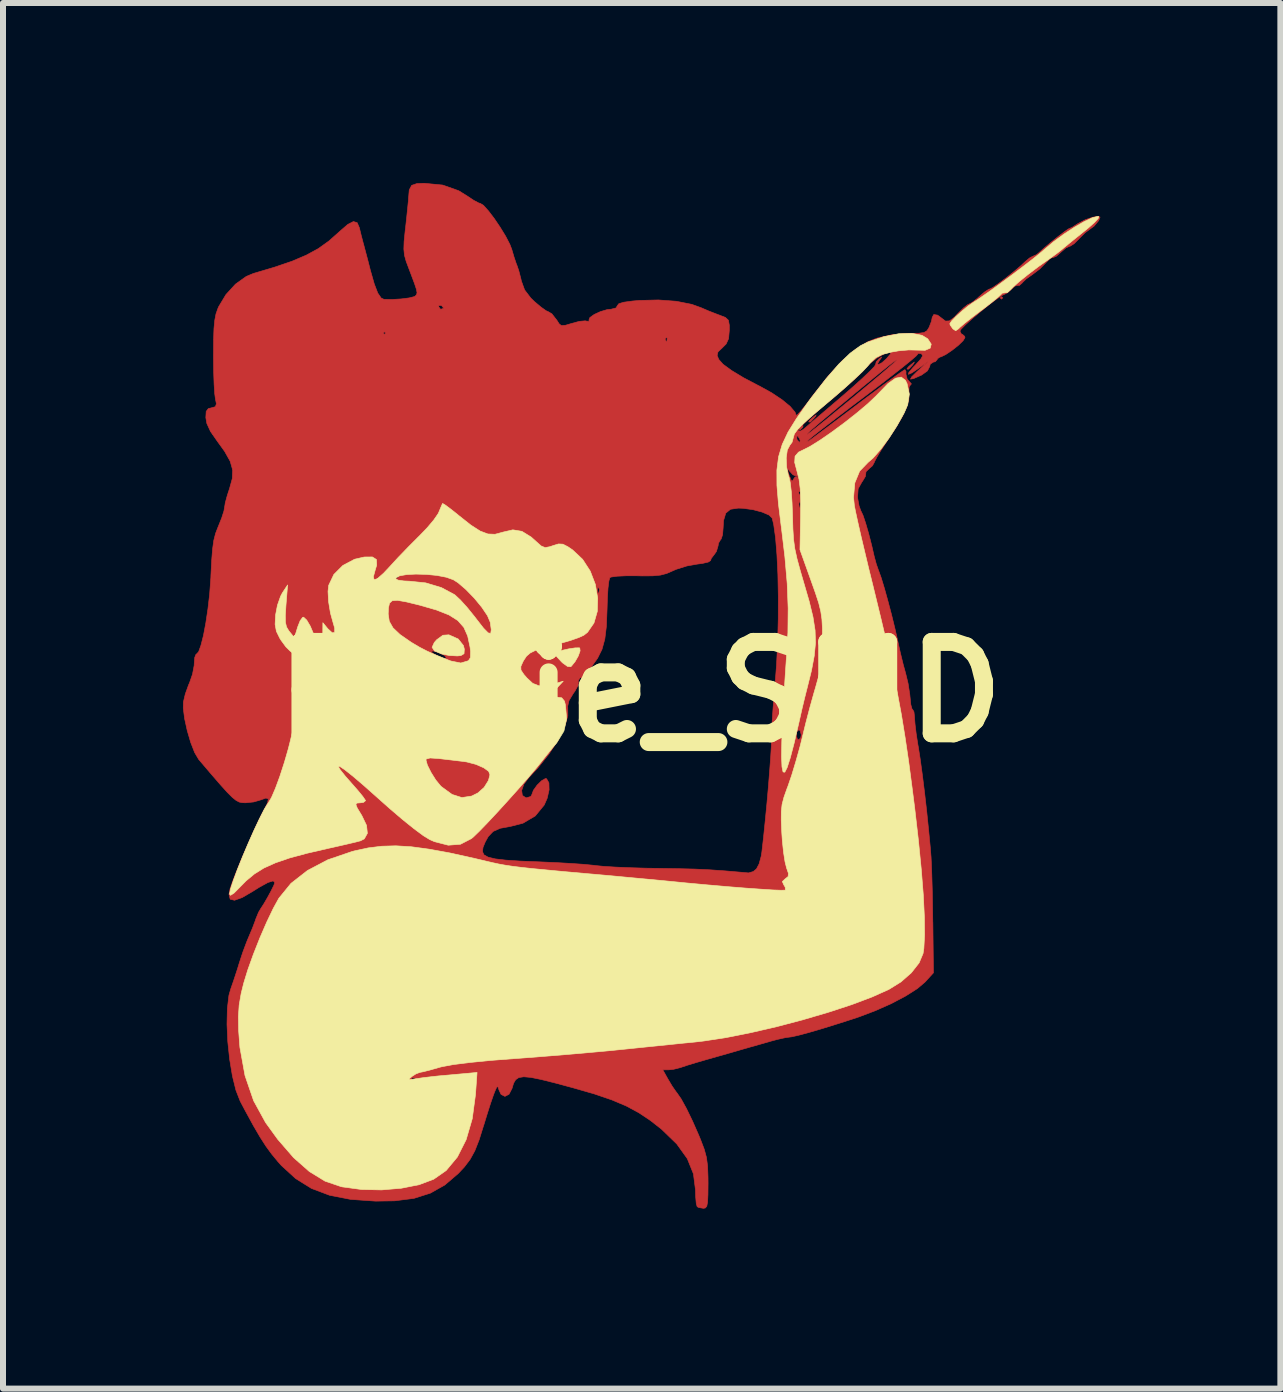
<source format=kicad_pcb>
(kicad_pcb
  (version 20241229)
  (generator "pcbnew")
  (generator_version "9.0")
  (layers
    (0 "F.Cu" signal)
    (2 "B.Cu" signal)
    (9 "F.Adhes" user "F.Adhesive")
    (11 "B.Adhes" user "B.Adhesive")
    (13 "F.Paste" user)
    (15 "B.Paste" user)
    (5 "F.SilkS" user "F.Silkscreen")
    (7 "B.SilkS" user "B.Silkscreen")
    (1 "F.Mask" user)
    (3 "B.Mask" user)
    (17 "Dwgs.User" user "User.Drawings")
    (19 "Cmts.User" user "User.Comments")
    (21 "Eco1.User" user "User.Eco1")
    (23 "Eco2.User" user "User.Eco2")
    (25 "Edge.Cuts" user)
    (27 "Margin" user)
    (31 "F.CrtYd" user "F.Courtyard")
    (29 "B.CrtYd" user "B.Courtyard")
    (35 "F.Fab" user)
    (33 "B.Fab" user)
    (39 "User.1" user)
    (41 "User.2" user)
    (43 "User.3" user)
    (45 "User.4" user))
  (footprint "Rosie_SMD"
    (layer "F.Cu")
    (at 7.619 8.485)
    (property "Reference" "Rosie_SMD" (at 0 0 0) (layer "F.SilkS") (effects (font (size 1.524 1.524) (thickness 0.3))))
    (attr through_hole)
    (fp_poly (pts (xy 6.046 -6.57) (xy 6.025 -6.549) (xy 6.004 -6.57) (xy 6.025 -6.591) (xy 6.046 -6.57)) (stroke (width 0.01) (type solid)) (fill yes) (layer "F.Cu"))
    (fp_poly (pts (xy 2.716 -4.423) (xy 2.708 -4.408) (xy 2.668 -4.368) (xy 2.661 -4.366) (xy 2.658 -4.393) (xy 2.666 -4.408) (xy 2.706 -4.448) (xy 2.713 -4.45) (xy 2.716 -4.423)) (stroke (width 0.01) (type solid)) (fill yes) (layer "F.Cu"))
    (fp_poly (pts (xy 2.926 -4.596) (xy 2.902 -4.566) (xy 2.841 -4.5) (xy 2.814 -4.501) (xy 2.813 -4.508) (xy 2.842 -4.543) (xy 2.886 -4.582) (xy 2.936 -4.618) (xy 2.926 -4.596)) (stroke (width 0.01) (type solid)) (fill yes) (layer "F.Cu"))
    (fp_poly (pts (xy 4.563 -5.478) (xy 4.54 -5.447) (xy 4.478 -5.382) (xy 4.451 -5.382) (xy 4.45 -5.39) (xy 4.479 -5.425) (xy 4.524 -5.463) (xy 4.573 -5.5) (xy 4.563 -5.478)) (stroke (width 0.01) (type solid)) (fill yes) (layer "F.Cu"))
    (fp_poly (pts (xy -3.288 -8.45) (xy -3.023 -8.356) (xy -2.878 -8.266) (xy -2.771 -8.195) (xy -2.688 -8.151) (xy -2.663 -8.145) (xy -2.609 -8.111) (xy -2.528 -8.021) (xy -2.431 -7.894) (xy -2.331 -7.746) (xy -2.24 -7.597) (xy -2.171 -7.464) (xy -2.139 -7.381) (xy -2.1 -7.249) (xy -2.063 -7.139) (xy -2.053 -7.116) (xy -2.021 -7.022) (xy -1.987 -6.892) (xy -1.978 -6.851) (xy -1.924 -6.702) (xy -1.821 -6.567) (xy -1.757 -6.505) (xy -1.651 -6.416) (xy -1.567 -6.356) (xy -1.531 -6.34) (xy -1.47 -6.304) (xy -1.385 -6.195) (xy -1.349 -6.138) (xy -1.312 -6.108) (xy -1.243 -6.113) (xy -1.135 -6.145) (xy -1.012 -6.178) (xy -0.914 -6.187) (xy -0.891 -6.182) (xy -0.848 -6.179) (xy -0.852 -6.2) (xy -0.836 -6.242) (xy -0.764 -6.293) (xy -0.66 -6.341) (xy -0.548 -6.374) (xy -0.481 -6.381) (xy -0.4 -6.402) (xy -0.378 -6.44) (xy -0.354 -6.472) (xy -0.273 -6.497) (xy -0.126 -6.517) (xy -0.01 -6.527) (xy 0.305 -6.535) (xy 0.604 -6.513) (xy 0.862 -6.462) (xy 1.017 -6.406) (xy 1.152 -6.348) (xy 1.302 -6.29) (xy 1.322 -6.283) (xy 1.424 -6.243) (xy 1.473 -6.197) (xy 1.488 -6.116) (xy 1.488 -6.027) (xy 1.476 -5.89) (xy 1.435 -5.801) (xy 1.372 -5.738) (xy 1.299 -5.669) (xy 1.285 -5.611) (xy 1.312 -5.544) (xy 1.384 -5.463) (xy 1.526 -5.359) (xy 1.728 -5.237) (xy 1.981 -5.104) (xy 1.994 -5.098) (xy 2.193 -4.988) (xy 2.367 -4.872) (xy 2.502 -4.761) (xy 2.584 -4.664) (xy 2.603 -4.611) (xy 2.626 -4.624) (xy 2.688 -4.693) (xy 2.78 -4.807) (xy 2.878 -4.938) (xy 3.137 -5.267) (xy 3.373 -5.524) (xy 3.593 -5.713) (xy 3.805 -5.842) (xy 3.948 -5.898) (xy 4.2 -5.955) (xy 4.459 -5.979) (xy 4.494 -5.979) (xy 4.645 -5.98) (xy 4.734 -5.992) (xy 4.784 -6.023) (xy 4.818 -6.078) (xy 4.82 -6.082) (xy 4.858 -6.18) (xy 4.87 -6.243) (xy 4.896 -6.292) (xy 4.96 -6.282) (xy 5.023 -6.235) (xy 5.091 -6.183) (xy 5.157 -6.186) (xy 5.239 -6.247) (xy 5.308 -6.319) (xy 5.395 -6.405) (xy 5.463 -6.458) (xy 5.482 -6.466) (xy 5.534 -6.492) (xy 5.619 -6.559) (xy 5.655 -6.592) (xy 5.745 -6.669) (xy 5.813 -6.713) (xy 5.828 -6.717) (xy 5.879 -6.742) (xy 5.975 -6.808) (xy 6.097 -6.9) (xy 6.227 -7.003) (xy 6.346 -7.104) (xy 6.415 -7.169) (xy 6.492 -7.234) (xy 6.547 -7.263) (xy 6.548 -7.263) (xy 6.607 -7.289) (xy 6.641 -7.316) (xy 6.729 -7.395) (xy 6.842 -7.49) (xy 6.96 -7.585) (xy 7.065 -7.665) (xy 7.136 -7.716) (xy 7.155 -7.725) (xy 7.205 -7.747) (xy 7.289 -7.801) (xy 7.296 -7.806) (xy 7.423 -7.873) (xy 7.55 -7.915) (xy 7.642 -7.93) (xy 7.668 -7.915) (xy 7.646 -7.86) (xy 7.644 -7.856) (xy 7.568 -7.765) (xy 7.507 -7.721) (xy 7.418 -7.655) (xy 7.323 -7.561) (xy 7.315 -7.552) (xy 7.236 -7.473) (xy 7.171 -7.432) (xy 7.162 -7.431) (xy 7.1 -7.403) (xy 7.019 -7.334) (xy 7.012 -7.327) (xy 6.938 -7.263) (xy 6.886 -7.242) (xy 6.883 -7.244) (xy 6.838 -7.228) (xy 6.771 -7.163) (xy 6.761 -7.151) (xy 6.66 -7.049) (xy 6.54 -6.958) (xy 6.537 -6.956) (xy 6.439 -6.887) (xy 6.373 -6.824) (xy 6.368 -6.816) (xy 6.322 -6.776) (xy 6.301 -6.778) (xy 6.251 -6.767) (xy 6.192 -6.716) (xy 6.124 -6.654) (xy 6.082 -6.633) (xy 6.028 -6.608) (xy 5.931 -6.541) (xy 5.805 -6.445) (xy 5.668 -6.334) (xy 5.536 -6.222) (xy 5.425 -6.122) (xy 5.352 -6.048) (xy 5.332 -6.017) (xy 5.357 -5.966) (xy 5.374 -5.962) (xy 5.412 -5.928) (xy 5.416 -5.906) (xy 5.384 -5.854) (xy 5.304 -5.777) (xy 5.2 -5.695) (xy 5.096 -5.625) (xy 5.016 -5.586) (xy 5 -5.584) (xy 4.956 -5.554) (xy 4.954 -5.542) (xy 4.92 -5.505) (xy 4.891 -5.5) (xy 4.838 -5.465) (xy 4.828 -5.424) (xy 4.79 -5.352) (xy 4.69 -5.281) (xy 4.68 -5.277) (xy 4.559 -5.224) (xy 4.508 -5.215) (xy 4.527 -5.252) (xy 4.613 -5.337) (xy 4.639 -5.36) (xy 4.807 -5.512) (xy 4.652 -5.401) (xy 4.532 -5.32) (xy 4.474 -5.295) (xy 4.48 -5.325) (xy 4.549 -5.408) (xy 4.592 -5.452) (xy 4.68 -5.55) (xy 4.712 -5.606) (xy 4.692 -5.636) (xy 4.685 -5.64) (xy 4.634 -5.645) (xy 4.629 -5.632) (xy 4.6 -5.599) (xy 4.511 -5.522) (xy 4.373 -5.41) (xy 4.193 -5.269) (xy 3.981 -5.105) (xy 3.758 -4.936) (xy 3.518 -4.755) (xy 3.298 -4.587) (xy 3.108 -4.441) (xy 2.957 -4.324) (xy 2.855 -4.243) (xy 2.813 -4.206) (xy 2.788 -4.18) (xy 2.778 -4.166) (xy 2.79 -4.17) (xy 2.829 -4.196) (xy 2.902 -4.25) (xy 3.017 -4.336) (xy 3.18 -4.458) (xy 3.397 -4.622) (xy 3.633 -4.801) (xy 3.852 -4.965) (xy 4.048 -5.112) (xy 4.212 -5.232) (xy 4.334 -5.32) (xy 4.404 -5.367) (xy 4.417 -5.374) (xy 4.434 -5.34) (xy 4.432 -5.3) (xy 4.453 -5.216) (xy 4.488 -5.176) (xy 4.524 -5.135) (xy 4.511 -5.123) (xy 4.485 -5.086) (xy 4.482 -4.993) (xy 4.484 -4.981) (xy 4.48 -4.871) (xy 4.441 -4.74) (xy 4.363 -4.576) (xy 4.239 -4.368) (xy 4.108 -4.169) (xy 4.016 -4.028) (xy 3.946 -3.911) (xy 3.908 -3.838) (xy 3.904 -3.825) (xy 3.874 -3.771) (xy 3.821 -3.725) (xy 3.766 -3.671) (xy 3.763 -3.641) (xy 3.757 -3.594) (xy 3.709 -3.514) (xy 3.699 -3.501) (xy 3.636 -3.388) (xy 3.626 -3.254) (xy 3.629 -3.222) (xy 3.651 -3.103) (xy 3.681 -3.019) (xy 3.687 -3.008) (xy 3.718 -2.942) (xy 3.761 -2.813) (xy 3.811 -2.64) (xy 3.862 -2.441) (xy 3.902 -2.267) (xy 3.938 -2.133) (xy 3.979 -2.016) (xy 3.98 -2.015) (xy 4.02 -1.904) (xy 4.072 -1.733) (xy 4.131 -1.521) (xy 4.192 -1.29) (xy 4.248 -1.062) (xy 4.295 -0.856) (xy 4.298 -0.84) (xy 4.34 -0.65) (xy 4.387 -0.458) (xy 4.427 -0.313) (xy 4.468 -0.143) (xy 4.496 0.037) (xy 4.502 0.096) (xy 4.514 0.212) (xy 4.534 0.283) (xy 4.545 0.294) (xy 4.566 0.331) (xy 4.576 0.42) (xy 4.576 0.43) (xy 4.584 0.535) (xy 4.603 0.693) (xy 4.631 0.875) (xy 4.64 0.924) (xy 4.67 1.117) (xy 4.705 1.373) (xy 4.742 1.669) (xy 4.778 1.984) (xy 4.81 2.297) (xy 4.838 2.587) (xy 4.851 2.75) (xy 4.857 2.872) (xy 4.864 3.059) (xy 4.871 3.295) (xy 4.876 3.56) (xy 4.88 3.836) (xy 4.881 3.841) (xy 4.891 4.681) (xy 4.752 4.834) (xy 4.623 4.944) (xy 4.431 5.066) (xy 4.193 5.192) (xy 3.926 5.311) (xy 3.649 5.416) (xy 3.611 5.429) (xy 3.317 5.524) (xy 3.05 5.607) (xy 2.822 5.674) (xy 2.644 5.722) (xy 2.528 5.748) (xy 2.496 5.752) (xy 2.416 5.763) (xy 2.288 5.792) (xy 2.187 5.819) (xy 2.013 5.869) (xy 1.811 5.926) (xy 1.679 5.964) (xy 1.493 6.018) (xy 1.275 6.08) (xy 1.092 6.132) (xy 0.927 6.18) (xy 0.782 6.224) (xy 0.687 6.256) (xy 0.68 6.259) (xy 0.558 6.29) (xy 0.482 6.298) (xy 0.379 6.298) (xy 0.467 6.455) (xy 0.536 6.571) (xy 0.6 6.663) (xy 0.613 6.679) (xy 0.684 6.781) (xy 0.775 6.946) (xy 0.877 7.157) (xy 0.982 7.396) (xy 1.01 7.464) (xy 1.07 7.622) (xy 1.107 7.758) (xy 1.126 7.902) (xy 1.133 8.085) (xy 1.134 8.188) (xy 1.132 8.379) (xy 1.126 8.502) (xy 1.113 8.571) (xy 1.089 8.601) (xy 1.057 8.607) (xy 0.977 8.593) (xy 0.952 8.579) (xy 0.937 8.525) (xy 0.927 8.413) (xy 0.924 8.298) (xy 0.89 8.032) (xy 0.788 7.779) (xy 0.612 7.534) (xy 0.359 7.289) (xy 0.173 7.143) (xy -0.02 7.014) (xy -0.228 6.902) (xy -0.469 6.8) (xy -0.759 6.701) (xy -1.113 6.599) (xy -1.414 6.518) (xy -1.646 6.46) (xy -1.817 6.425) (xy -1.938 6.414) (xy -2.021 6.427) (xy -2.073 6.463) (xy -2.108 6.522) (xy -2.133 6.606) (xy -2.133 6.607) (xy -2.184 6.706) (xy -2.252 6.741) (xy -2.317 6.708) (xy -2.351 6.635) (xy -2.368 6.581) (xy -2.388 6.585) (xy -2.42 6.657) (xy -2.444 6.719) (xy -2.491 6.855) (xy -2.548 7.034) (xy -2.604 7.217) (xy -2.606 7.221) (xy -2.682 7.465) (xy -2.754 7.648) (xy -2.833 7.792) (xy -2.93 7.92) (xy -3.031 8.027) (xy -3.254 8.218) (xy -3.495 8.354) (xy -3.769 8.441) (xy -4.091 8.482) (xy -4.408 8.487) (xy -4.824 8.458) (xy -5.176 8.389) (xy -5.478 8.275) (xy -5.741 8.111) (xy -5.98 7.892) (xy -6.036 7.829) (xy -6.139 7.704) (xy -6.235 7.573) (xy -6.334 7.419) (xy -6.445 7.229) (xy -6.577 6.987) (xy -6.665 6.821) (xy -6.736 6.639) (xy -6.786 6.437) (xy -3.807 6.437) (xy -3.801 6.462) (xy -3.779 6.465) (xy -3.744 6.45) (xy -3.751 6.437) (xy -3.8 6.432) (xy -3.807 6.437) (xy -6.786 6.437) (xy -6.795 6.399) (xy -6.841 6.122) (xy -6.872 5.828) (xy -6.885 5.539) (xy -6.879 5.275) (xy -6.853 5.057) (xy -6.824 4.954) (xy -6.772 4.804) (xy -6.713 4.624) (xy -6.679 4.513) (xy -6.622 4.339) (xy -6.556 4.163) (xy -6.518 4.072) (xy -6.461 3.937) (xy -6.415 3.815) (xy -6.403 3.779) (xy -6.359 3.672) (xy -6.323 3.611) (xy -6.274 3.536) (xy -6.211 3.428) (xy -6.149 3.314) (xy -6.103 3.22) (xy -6.088 3.175) (xy -6.116 3.149) (xy -6.204 3.176) (xy -6.352 3.258) (xy -6.45 3.32) (xy -6.633 3.427) (xy -6.76 3.472) (xy -6.832 3.454) (xy -6.852 3.375) (xy -6.835 3.284) (xy -6.795 3.167) (xy -6.728 2.993) (xy -6.643 2.785) (xy -6.589 2.66) (xy -2.627 2.66) (xy -2.602 2.714) (xy -2.533 2.753) (xy -2.414 2.782) (xy -2.235 2.803) (xy -1.988 2.819) (xy -1.666 2.832) (xy -1.647 2.833) (xy -1.397 2.844) (xy -1.152 2.858) (xy -0.936 2.873) (xy -0.773 2.889) (xy -0.735 2.894) (xy -0.603 2.907) (xy -0.407 2.919) (xy -0.167 2.929) (xy 0.096 2.937) (xy 0.303 2.94) (xy 0.634 2.945) (xy 0.911 2.952) (xy 1.163 2.964) (xy 1.419 2.982) (xy 1.71 3.007) (xy 1.809 3.016) (xy 1.888 2.993) (xy 1.941 2.949) (xy 1.985 2.865) (xy 2.02 2.736) (xy 2.031 2.666) (xy 2.059 2.42) (xy 2.087 2.145) (xy 2.115 1.858) (xy 2.14 1.574) (xy 2.161 1.309) (xy 2.178 1.078) (xy 2.189 0.898) (xy 2.192 0.783) (xy 2.192 0.777) (xy 2.193 0.714) (xy 2.603 0.714) (xy 2.621 0.782) (xy 2.645 0.798) (xy 2.679 0.763) (xy 2.687 0.714) (xy 2.669 0.645) (xy 2.645 0.63) (xy 2.611 0.665) (xy 2.603 0.714) (xy 2.193 0.714) (xy 2.194 0.66) (xy 2.203 0.481) (xy 2.218 0.26) (xy 2.238 0.018) (xy 2.247 -0.084) (xy 2.275 -0.443) (xy 2.294 -0.824) (xy 2.304 -1.213) (xy 2.305 -1.595) (xy 2.298 -1.958) (xy 2.282 -2.287) (xy 2.259 -2.57) (xy 2.228 -2.791) (xy 2.202 -2.899) (xy 2.149 -2.95) (xy 2.035 -2.999) (xy 1.884 -3.039) (xy 1.718 -3.062) (xy 1.638 -3.065) (xy 1.508 -3.046) (xy 1.429 -2.981) (xy 1.392 -2.857) (xy 1.385 -2.734) (xy 1.376 -2.621) (xy 1.352 -2.549) (xy 1.343 -2.54) (xy 1.308 -2.481) (xy 1.301 -2.436) (xy 1.273 -2.342) (xy 1.239 -2.294) (xy 1.187 -2.226) (xy 1.176 -2.191) (xy 1.138 -2.166) (xy 1.04 -2.143) (xy 0.955 -2.132) (xy 0.781 -2.101) (xy 0.603 -2.045) (xy 0.546 -2.02) (xy 0.443 -1.975) (xy 0.339 -1.948) (xy 0.21 -1.936) (xy 0.031 -1.935) (xy -0.053 -1.937) (xy -0.232 -1.937) (xy -0.381 -1.93) (xy -0.478 -1.917) (xy -0.503 -1.907) (xy -0.519 -1.851) (xy -0.534 -1.73) (xy -0.544 -1.561) (xy -0.55 -1.37) (xy -0.561 -1.094) (xy -0.587 -0.882) (xy -0.634 -0.711) (xy -0.708 -0.562) (xy -0.814 -0.415) (xy -0.894 -0.312) (xy -0.957 -0.226) (xy -0.987 -0.187) (xy -0.982 -0.206) (xy -0.975 -0.244) (xy -1.002 -0.234) (xy -1.032 -0.183) (xy -1.026 -0.163) (xy -1.034 -0.108) (xy -1.083 -0.017) (xy -1.113 0.025) (xy -1.185 0.145) (xy -1.207 0.241) (xy -1.205 0.254) (xy -1.204 0.4) (xy -1.261 0.588) (xy -1.368 0.804) (xy -1.519 1.035) (xy -1.707 1.27) (xy -1.856 1.429) (xy -1.937 1.537) (xy -1.973 1.642) (xy -1.962 1.724) (xy -1.903 1.763) (xy -1.889 1.763) (xy -1.82 1.741) (xy -1.804 1.711) (xy -1.777 1.638) (xy -1.716 1.553) (xy -1.642 1.48) (xy -1.578 1.443) (xy -1.558 1.446) (xy -1.519 1.515) (xy -1.516 1.632) (xy -1.548 1.772) (xy -1.597 1.884) (xy -1.746 2.066) (xy -1.951 2.187) (xy -2.153 2.239) (xy -2.331 2.272) (xy -2.448 2.324) (xy -2.529 2.408) (xy -2.58 2.499) (xy -2.617 2.589) (xy -2.627 2.66) (xy -6.589 2.66) (xy -6.547 2.562) (xy -6.451 2.344) (xy -6.362 2.151) (xy -6.289 2.005) (xy -6.274 1.978) (xy -6.209 1.849) (xy -6.196 1.781) (xy -6.237 1.768) (xy -6.32 1.798) (xy -6.44 1.833) (xy -6.574 1.847) (xy -6.63 1.845) (xy -6.681 1.835) (xy -6.734 1.807) (xy -6.798 1.755) (xy -6.882 1.671) (xy -6.994 1.547) (xy -7.143 1.375) (xy -7.337 1.147) (xy -7.358 1.122) (xy -7.424 1.01) (xy -7.49 0.841) (xy -7.548 0.643) (xy -7.592 0.443) (xy -7.614 0.268) (xy -7.612 0.168) (xy -7.58 0.033) (xy -7.526 -0.117) (xy -7.511 -0.15) (xy -7.46 -0.296) (xy -7.432 -0.444) (xy -7.431 -0.475) (xy -7.423 -0.575) (xy -7.402 -0.628) (xy -7.396 -0.63) (xy -7.359 -0.669) (xy -7.356 -0.676) (xy -3.485 -0.676) (xy -3.45 -0.641) (xy -3.369 -0.6) (xy -3.284 -0.566) (xy -3.243 -0.55) (xy -3.233 -0.576) (xy -3.233 -0.579) (xy -3.268 -0.614) (xy -3.352 -0.656) (xy -3.359 -0.659) (xy -3.444 -0.683) (xy -3.484 -0.678) (xy -3.485 -0.676) (xy -7.356 -0.676) (xy -7.319 -0.779) (xy -7.277 -0.944) (xy -7.238 -1.151) (xy -7.203 -1.385) (xy -7.174 -1.634) (xy -7.169 -1.704) (xy -0.71 -1.704) (xy -0.703 -1.649) (xy -0.688 -1.649) (xy -0.678 -1.705) (xy -0.685 -1.729) (xy -0.704 -1.745) (xy -0.71 -1.704) (xy -7.169 -1.704) (xy -7.156 -1.883) (xy -7.154 -1.91) (xy -4.072 -1.91) (xy -4.051 -1.889) (xy -4.03 -1.91) (xy -4.051 -1.931) (xy -4.072 -1.91) (xy -7.154 -1.91) (xy -7.153 -1.947) (xy -7.14 -2.199) (xy -7.125 -2.386) (xy -7.105 -2.528) (xy -7.076 -2.642) (xy -7.035 -2.748) (xy -7.028 -2.765) (xy -6.973 -2.902) (xy -6.936 -3.018) (xy -6.927 -3.071) (xy -6.917 -3.131) (xy 2.648 -3.131) (xy 2.656 -3.077) (xy 2.67 -3.076) (xy 2.68 -3.132) (xy 2.674 -3.157) (xy 2.655 -3.173) (xy 2.648 -3.131) (xy -6.917 -3.131) (xy -6.914 -3.153) (xy -6.879 -3.281) (xy -6.867 -3.317) (xy 2.645 -3.317) (xy 2.66 -3.282) (xy 2.673 -3.289) (xy 2.678 -3.339) (xy 2.673 -3.345) (xy 2.648 -3.339) (xy 2.645 -3.317) (xy -6.867 -3.317) (xy -6.843 -3.39) (xy -6.797 -3.557) (xy -6.791 -3.703) (xy -6.793 -3.709) (xy 2.455 -3.709) (xy 2.48 -3.629) (xy 2.486 -3.611) (xy 2.523 -3.524) (xy 2.546 -3.519) (xy 2.552 -3.538) (xy 2.586 -3.587) (xy 2.617 -3.583) (xy 2.645 -3.575) (xy 2.638 -3.586) (xy 2.593 -3.606) (xy 2.587 -3.604) (xy 2.548 -3.622) (xy 2.5 -3.674) (xy 2.461 -3.721) (xy 2.455 -3.709) (xy -6.793 -3.709) (xy -6.832 -3.846) (xy -6.924 -4.01) (xy -7.043 -4.175) (xy -7.073 -4.218) (xy 2.614 -4.218) (xy 2.622 -4.201) (xy 2.662 -4.158) (xy 2.67 -4.188) (xy 2.659 -4.221) (xy 2.629 -4.267) (xy 2.615 -4.266) (xy 2.614 -4.218) (xy -7.073 -4.218) (xy -7.127 -4.296) (xy 2.783 -4.296) (xy 2.795 -4.299) (xy 2.854 -4.342) (xy 2.963 -4.429) (xy 3.126 -4.561) (xy 3.346 -4.742) (xy 3.548 -4.908) (xy 3.801 -5.119) (xy 4.004 -5.289) (xy 4.154 -5.418) (xy 4.248 -5.501) (xy 4.284 -5.538) (xy 4.258 -5.525) (xy 4.219 -5.498) (xy 4.152 -5.446) (xy 4.036 -5.352) (xy 3.883 -5.227) (xy 3.705 -5.081) (xy 3.516 -4.924) (xy 3.326 -4.767) (xy 3.15 -4.619) (xy 2.998 -4.492) (xy 2.884 -4.394) (xy 2.819 -4.337) (xy 2.813 -4.331) (xy 2.783 -4.296) (xy -7.127 -4.296) (xy -7.16 -4.343) (xy -7.166 -4.356) (xy 2.63 -4.356) (xy 2.675 -4.349) (xy 2.723 -4.378) (xy 2.776 -4.423) (xy 2.881 -4.513) (xy 3.027 -4.638) (xy 3.202 -4.787) (xy 3.369 -4.93) (xy 3.552 -5.089) (xy 3.709 -5.231) (xy 3.83 -5.346) (xy 3.905 -5.424) (xy 3.926 -5.457) (xy 3.938 -5.505) (xy 3.978 -5.548) (xy 4.028 -5.584) (xy 4.017 -5.562) (xy 3.994 -5.531) (xy 3.96 -5.473) (xy 3.978 -5.46) (xy 4.033 -5.489) (xy 4.109 -5.557) (xy 4.114 -5.563) (xy 4.172 -5.632) (xy 4.186 -5.667) (xy 4.183 -5.668) (xy 4.075 -5.639) (xy 3.945 -5.566) (xy 3.824 -5.468) (xy 3.773 -5.411) (xy 3.703 -5.335) (xy 3.582 -5.219) (xy 3.423 -5.077) (xy 3.242 -4.92) (xy 3.135 -4.831) (xy 2.96 -4.682) (xy 2.812 -4.551) (xy 2.702 -4.446) (xy 2.64 -4.378) (xy 2.63 -4.356) (xy -7.166 -4.356) (xy -7.221 -4.476) (xy -7.238 -4.574) (xy -7.232 -4.677) (xy -7.196 -4.724) (xy -7.143 -4.737) (xy -7.078 -4.756) (xy -7.062 -4.805) (xy -7.078 -4.884) (xy -7.09 -4.974) (xy -7.1 -5.128) (xy -7.107 -5.327) (xy -7.11 -5.552) (xy -7.11 -5.626) (xy -7.108 -5.877) (xy -7.108 -5.878) (xy 0.42 -5.878) (xy 0.435 -5.843) (xy 0.448 -5.85) (xy 0.453 -5.9) (xy 0.448 -5.906) (xy 0.423 -5.9) (xy 0.42 -5.878) (xy -7.108 -5.878) (xy -7.105 -5.983) (xy -4.282 -5.983) (xy -4.261 -5.962) (xy -4.24 -5.983) (xy -4.261 -6.004) (xy -4.282 -5.983) (xy -7.105 -5.983) (xy -7.102 -6.062) (xy -7.089 -6.197) (xy -7.069 -6.301) (xy -7.038 -6.39) (xy -7.024 -6.423) (xy -7.022 -6.426) (xy -3.359 -6.426) (xy -3.328 -6.383) (xy -3.317 -6.381) (xy -3.276 -6.396) (xy -3.275 -6.4) (xy -3.304 -6.436) (xy -3.317 -6.444) (xy -3.355 -6.441) (xy -3.359 -6.426) (xy -7.022 -6.426) (xy -6.903 -6.624) (xy -6.743 -6.799) (xy -6.564 -6.927) (xy -6.447 -6.976) (xy -6.09 -7.082) (xy -5.8 -7.181) (xy -5.563 -7.282) (xy -5.363 -7.391) (xy -5.187 -7.517) (xy -5.019 -7.666) (xy -5.006 -7.678) (xy -4.872 -7.794) (xy -4.778 -7.842) (xy -4.715 -7.823) (xy -4.678 -7.737) (xy -4.678 -7.735) (xy -4.648 -7.612) (xy -4.612 -7.475) (xy -4.611 -7.473) (xy -4.58 -7.356) (xy -4.537 -7.194) (xy -4.495 -7.029) (xy -4.43 -6.801) (xy -4.372 -6.65) (xy -4.315 -6.567) (xy -4.27 -6.546) (xy -4.132 -6.543) (xy -3.982 -6.552) (xy -3.849 -6.569) (xy -3.762 -6.591) (xy -3.75 -6.598) (xy -3.726 -6.622) (xy -3.717 -6.655) (xy -3.727 -6.711) (xy -3.759 -6.808) (xy -3.816 -6.96) (xy -3.851 -7.052) (xy -3.899 -7.18) (xy -3.927 -7.281) (xy -3.937 -7.383) (xy -3.933 -7.509) (xy -3.915 -7.687) (xy -3.908 -7.744) (xy -3.888 -7.929) (xy -3.872 -8.086) (xy -3.861 -8.195) (xy -3.859 -8.229) (xy -3.847 -8.369) (xy -3.807 -8.445) (xy -3.72 -8.475) (xy -3.599 -8.48) (xy -3.288 -8.45)) (stroke (width 0.01) (type solid)) (fill yes) (layer "F.Cu"))
    (fp_poly (pts (xy 6.704 -7.068) (xy 6.696 -7.053) (xy 6.657 -7.013) (xy 6.649 -7.011) (xy 6.647 -7.038) (xy 6.654 -7.053) (xy 6.694 -7.093) (xy 6.701 -7.095) (xy 6.704 -7.068)) (stroke (width 0.01) (type solid)) (fill yes) (layer "F.Mask"))
    (fp_poly (pts (xy 7.25 -7.488) (xy 7.242 -7.473) (xy 7.203 -7.433) (xy 7.195 -7.431) (xy 7.192 -7.458) (xy 7.2 -7.473) (xy 7.24 -7.513) (xy 7.247 -7.515) (xy 7.25 -7.488)) (stroke (width 0.01) (type solid)) (fill yes) (layer "F.Mask"))
    (fp_poly (pts (xy -6.516 -1.817) (xy -6.441 -1.741) (xy -6.397 -1.643) (xy -6.39 -1.543) (xy -6.426 -1.466) (xy -6.492 -1.436) (xy -6.557 -1.446) (xy -6.61 -1.509) (xy -6.649 -1.594) (xy -6.699 -1.73) (xy -6.711 -1.806) (xy -6.683 -1.84) (xy -6.613 -1.847) (xy -6.516 -1.817)) (stroke (width 0.01) (type solid)) (fill yes) (layer "F.Mask"))
    (fp_poly (pts (xy -2.986 -5.681) (xy -2.891 -5.614) (xy -2.855 -5.527) (xy -2.891 -5.453) (xy -2.981 -5.376) (xy -3.101 -5.309) (xy -3.224 -5.265) (xy -3.327 -5.256) (xy -3.373 -5.276) (xy -3.407 -5.362) (xy -3.385 -5.472) (xy -3.323 -5.582) (xy -3.232 -5.668) (xy -3.128 -5.708) (xy -3.114 -5.708) (xy -2.986 -5.681)) (stroke (width 0.01) (type solid)) (fill yes) (layer "F.Mask"))
    (fp_poly (pts (xy 1.169 -5.916) (xy 1.212 -5.891) (xy 1.212 -5.825) (xy 1.206 -5.783) (xy 1.157 -5.584) (xy 1.09 -5.46) (xy 1.008 -5.414) (xy 0.914 -5.449) (xy 0.867 -5.493) (xy 0.815 -5.596) (xy 0.8 -5.724) (xy 0.825 -5.836) (xy 0.848 -5.869) (xy 0.92 -5.902) (xy 1.036 -5.919) (xy 1.063 -5.92) (xy 1.169 -5.916)) (stroke (width 0.01) (type solid)) (fill yes) (layer "F.Mask"))
    (fp_poly (pts (xy -2.675 -7.921) (xy -2.586 -7.808) (xy -2.565 -7.669) (xy -2.615 -7.519) (xy -2.706 -7.404) (xy -2.824 -7.304) (xy -2.914 -7.269) (xy -2.997 -7.296) (xy -3.049 -7.337) (xy -3.164 -7.466) (xy -3.239 -7.601) (xy -3.262 -7.718) (xy -3.258 -7.739) (xy -3.193 -7.847) (xy -3.076 -7.938) (xy -2.94 -7.991) (xy -2.828 -7.993) (xy -2.675 -7.921)) (stroke (width 0.01) (type solid)) (fill yes) (layer "F.Mask"))
    (fp_poly (pts (xy -0.599 -5.862) (xy -0.521 -5.832) (xy -0.474 -5.744) (xy -0.481 -5.621) (xy -0.537 -5.489) (xy -0.607 -5.4) (xy -0.75 -5.306) (xy -0.903 -5.293) (xy -1.051 -5.36) (xy -1.109 -5.412) (xy -1.191 -5.538) (xy -1.189 -5.662) (xy -1.104 -5.787) (xy -1.103 -5.789) (xy -1.016 -5.833) (xy -0.881 -5.862) (xy -0.732 -5.873) (xy -0.599 -5.862)) (stroke (width 0.01) (type solid)) (fill yes) (layer "F.Mask"))
    (fp_poly (pts (xy -6.226 -3.806) (xy -6.211 -3.798) (xy -6.126 -3.739) (xy -6.093 -3.659) (xy -6.089 -3.578) (xy -6.125 -3.414) (xy -6.215 -3.274) (xy -6.343 -3.184) (xy -6.381 -3.171) (xy -6.461 -3.169) (xy -6.534 -3.214) (xy -6.6 -3.29) (xy -6.674 -3.402) (xy -6.697 -3.504) (xy -6.689 -3.595) (xy -6.636 -3.754) (xy -6.538 -3.843) (xy -6.399 -3.861) (xy -6.226 -3.806)) (stroke (width 0.01) (type solid)) (fill yes) (layer "F.Mask"))
    (fp_poly (pts (xy -4.83 -4.561) (xy -4.656 -4.48) (xy -4.561 -4.399) (xy -4.506 -4.32) (xy -4.499 -4.261) (xy -4.542 -4.239) (xy -4.605 -4.212) (xy -4.701 -4.147) (xy -4.743 -4.113) (xy -4.892 -4.013) (xy -5.017 -3.993) (xy -5.118 -4.052) (xy -5.174 -4.138) (xy -5.231 -4.27) (xy -5.239 -4.359) (xy -5.196 -4.434) (xy -5.143 -4.485) (xy -4.995 -4.563) (xy -4.83 -4.561)) (stroke (width 0.01) (type solid)) (fill yes) (layer "F.Mask"))
    (fp_poly (pts (xy -4.255 -6.143) (xy -4.21 -6.053) (xy -4.198 -5.918) (xy -4.234 -5.781) (xy -4.326 -5.684) (xy -4.456 -5.636) (xy -4.605 -5.643) (xy -4.752 -5.713) (xy -4.755 -5.715) (xy -4.833 -5.786) (xy -4.869 -5.845) (xy -4.869 -5.85) (xy -4.834 -5.9) (xy -4.745 -5.971) (xy -4.627 -6.047) (xy -4.502 -6.115) (xy -4.393 -6.161) (xy -4.34 -6.172) (xy -4.255 -6.143)) (stroke (width 0.01) (type solid)) (fill yes) (layer "F.Mask"))
    (fp_poly (pts (xy -0.314 -6.391) (xy -0.272 -6.351) (xy -0.26 -6.293) (xy -0.278 -6.19) (xy -0.339 -6.077) (xy -0.423 -5.981) (xy -0.51 -5.928) (xy -0.539 -5.925) (xy -0.623 -5.946) (xy -0.735 -5.991) (xy -0.745 -5.996) (xy -0.856 -6.074) (xy -0.884 -6.16) (xy -0.831 -6.247) (xy -0.716 -6.317) (xy -0.575 -6.367) (xy -0.436 -6.395) (xy -0.412 -6.397) (xy -0.314 -6.391)) (stroke (width 0.01) (type solid)) (fill yes) (layer "F.Mask"))
    (fp_poly (pts (xy -6.172 -3.024) (xy -6.049 -2.935) (xy -5.975 -2.807) (xy -5.963 -2.72) (xy -5.987 -2.568) (xy -6.061 -2.477) (xy -6.197 -2.438) (xy -6.265 -2.435) (xy -6.396 -2.445) (xy -6.485 -2.487) (xy -6.564 -2.569) (xy -6.634 -2.661) (xy -6.673 -2.728) (xy -6.675 -2.739) (xy -6.651 -2.824) (xy -6.592 -2.927) (xy -6.523 -3.012) (xy -6.485 -3.039) (xy -6.324 -3.063) (xy -6.172 -3.024)) (stroke (width 0.01) (type solid)) (fill yes) (layer "F.Mask"))
    (fp_poly (pts (xy -5.483 -5.38) (xy -5.41 -5.289) (xy -5.358 -5.17) (xy -5.35 -5.139) (xy -5.347 -5.036) (xy -5.397 -4.946) (xy -5.439 -4.9) (xy -5.542 -4.813) (xy -5.626 -4.794) (xy -5.721 -4.838) (xy -5.767 -4.873) (xy -5.844 -4.96) (xy -5.878 -5.051) (xy -5.878 -5.054) (xy -5.849 -5.133) (xy -5.779 -5.234) (xy -5.689 -5.331) (xy -5.603 -5.399) (xy -5.557 -5.416) (xy -5.483 -5.38)) (stroke (width 0.01) (type solid)) (fill yes) (layer "F.Mask"))
    (fp_poly (pts (xy -2.27 -6.263) (xy -2.164 -6.183) (xy -2.075 -6.082) (xy -2.039 -6.013) (xy -2.028 -5.876) (xy -2.072 -5.751) (xy -2.158 -5.67) (xy -2.169 -5.665) (xy -2.321 -5.614) (xy -2.424 -5.602) (xy -2.505 -5.63) (xy -2.573 -5.684) (xy -2.657 -5.785) (xy -2.683 -5.894) (xy -2.656 -6.037) (xy -2.641 -6.082) (xy -2.557 -6.22) (xy -2.433 -6.289) (xy -2.364 -6.296) (xy -2.27 -6.263)) (stroke (width 0.01) (type solid)) (fill yes) (layer "F.Mask"))
    (fp_poly (pts (xy -1.418 -6.202) (xy -1.359 -6.151) (xy -1.304 -6.095) (xy -1.273 -6.088) (xy -1.233 -6.068) (xy -1.232 -5.998) (xy -1.24 -5.951) (xy -1.274 -5.848) (xy -1.315 -5.785) (xy -1.317 -5.784) (xy -1.409 -5.757) (xy -1.53 -5.756) (xy -1.636 -5.78) (xy -1.671 -5.802) (xy -1.715 -5.893) (xy -1.72 -6.011) (xy -1.688 -6.118) (xy -1.64 -6.17) (xy -1.521 -6.209) (xy -1.418 -6.202)) (stroke (width 0.01) (type solid)) (fill yes) (layer "F.Mask"))
    (fp_poly (pts (xy -5.793 -4.723) (xy -5.685 -4.653) (xy -5.634 -4.528) (xy -5.627 -4.426) (xy -5.64 -4.31) (xy -5.689 -4.226) (xy -5.781 -4.146) (xy -5.899 -4.065) (xy -5.981 -4.037) (xy -6.051 -4.057) (xy -6.09 -4.084) (xy -6.16 -4.166) (xy -6.231 -4.289) (xy -6.283 -4.414) (xy -6.298 -4.489) (xy -6.274 -4.574) (xy -6.232 -4.651) (xy -6.17 -4.711) (xy -6.077 -4.739) (xy -5.966 -4.744) (xy -5.793 -4.723)) (stroke (width 0.01) (type solid)) (fill yes) (layer "F.Mask"))
    (fp_poly (pts (xy -4.645 -5.417) (xy -4.527 -5.319) (xy -4.444 -5.187) (xy -4.423 -5.115) (xy -4.418 -5.003) (xy -4.456 -4.92) (xy -4.519 -4.855) (xy -4.655 -4.765) (xy -4.788 -4.756) (xy -4.891 -4.799) (xy -4.972 -4.856) (xy -5.017 -4.924) (xy -5.046 -5.033) (xy -5.056 -5.09) (xy -5.065 -5.209) (xy -5.036 -5.29) (xy -4.974 -5.357) (xy -4.874 -5.426) (xy -4.779 -5.456) (xy -4.773 -5.456) (xy -4.645 -5.417)) (stroke (width 0.01) (type solid)) (fill yes) (layer "F.Mask"))
    (fp_poly (pts (xy -3.605 -8.172) (xy -3.569 -8.127) (xy -3.569 -8.124) (xy -3.546 -8.068) (xy -3.527 -8.061) (xy -3.493 -8.026) (xy -3.486 -7.938) (xy -3.505 -7.824) (xy -3.546 -7.71) (xy -3.558 -7.687) (xy -3.65 -7.585) (xy -3.766 -7.562) (xy -3.862 -7.591) (xy -3.914 -7.657) (xy -3.938 -7.776) (xy -3.932 -7.923) (xy -3.904 -8.041) (xy -3.861 -8.139) (xy -3.801 -8.18) (xy -3.712 -8.187) (xy -3.605 -8.172)) (stroke (width 0.01) (type solid)) (fill yes) (layer "F.Mask"))
    (fp_poly (pts (xy -5.466 -4.018) (xy -5.39 -3.966) (xy -5.335 -3.889) (xy -5.266 -3.754) (xy -5.253 -3.642) (xy -5.293 -3.516) (xy -5.297 -3.508) (xy -5.334 -3.446) (xy -5.389 -3.414) (xy -5.487 -3.402) (xy -5.582 -3.401) (xy -5.722 -3.409) (xy -5.829 -3.431) (xy -5.869 -3.451) (xy -5.902 -3.524) (xy -5.919 -3.638) (xy -5.92 -3.661) (xy -5.887 -3.836) (xy -5.794 -3.96) (xy -5.65 -4.024) (xy -5.58 -4.03) (xy -5.466 -4.018)) (stroke (width 0.01) (type solid)) (fill yes) (layer "F.Mask"))
    (fp_poly (pts (xy -3.834 -5.324) (xy -3.697 -5.314) (xy -3.623 -5.297) (xy -3.59 -5.259) (xy -3.578 -5.19) (xy -3.577 -5.181) (xy -3.603 -5.055) (xy -3.695 -4.944) (xy -3.834 -4.864) (xy -4.002 -4.829) (xy -4.028 -4.828) (xy -4.198 -4.828) (xy -4.198 -4.996) (xy -4.19 -5.101) (xy -4.17 -5.16) (xy -4.161 -5.164) (xy -4.122 -5.199) (xy -4.102 -5.25) (xy -4.079 -5.298) (xy -4.031 -5.322) (xy -3.935 -5.328) (xy -3.834 -5.324)) (stroke (width 0.01) (type solid)) (fill yes) (layer "F.Mask"))
    (fp_poly (pts (xy 0.255 -6.189) (xy 0.37 -6.128) (xy 0.38 -6.122) (xy 0.476 -6.006) (xy 0.507 -5.866) (xy 0.479 -5.723) (xy 0.398 -5.595) (xy 0.27 -5.502) (xy 0.178 -5.474) (xy 0.075 -5.466) (xy 0.042 -5.495) (xy 0.009 -5.538) (xy -0.014 -5.542) (xy -0.076 -5.58) (xy -0.129 -5.677) (xy -0.162 -5.809) (xy -0.168 -5.893) (xy -0.13 -6.034) (xy -0.034 -6.147) (xy 0.099 -6.209) (xy 0.149 -6.214) (xy 0.255 -6.189)) (stroke (width 0.01) (type solid)) (fill yes) (layer "F.Mask"))
    (fp_poly (pts (xy -2.164 -7.075) (xy -2.146 -7.058) (xy -2.083 -6.953) (xy -2.043 -6.803) (xy -2.029 -6.644) (xy -2.046 -6.511) (xy -2.064 -6.47) (xy -2.11 -6.417) (xy -2.175 -6.393) (xy -2.284 -6.396) (xy -2.404 -6.412) (xy -2.467 -6.426) (xy -2.501 -6.458) (xy -2.516 -6.529) (xy -2.519 -6.66) (xy -2.519 -6.69) (xy -2.5 -6.894) (xy -2.452 -7.032) (xy -2.183 -7.032) (xy -2.162 -7.011) (xy -2.141 -7.032) (xy -2.162 -7.053) (xy -2.183 -7.032) (xy -2.452 -7.032) (xy -2.449 -7.041) (xy -2.372 -7.124) (xy -2.274 -7.138) (xy -2.164 -7.075)) (stroke (width 0.01) (type solid)) (fill yes) (layer "F.Mask"))
    (fp_poly (pts (xy -2.887 -6.955) (xy -2.882 -6.95) (xy -2.799 -6.843) (xy -2.771 -6.708) (xy -2.771 -6.682) (xy -2.801 -6.535) (xy -2.896 -6.431) (xy -3.062 -6.364) (xy -3.108 -6.354) (xy -3.192 -6.332) (xy -3.205 -6.302) (xy -3.171 -6.257) (xy -3.113 -6.143) (xy -3.123 -6.022) (xy -3.187 -5.909) (xy -3.291 -5.82) (xy -3.422 -5.768) (xy -3.567 -5.768) (xy -3.611 -5.781) (xy -3.712 -5.854) (xy -3.791 -5.973) (xy -3.82 -6.09) (xy -3.787 -6.197) (xy -3.706 -6.306) (xy -3.601 -6.391) (xy -3.503 -6.423) (xy -3.456 -6.433) (xy -3.434 -6.476) (xy -3.433 -6.572) (xy -3.437 -6.639) (xy -3.441 -6.772) (xy -3.422 -6.855) (xy -3.369 -6.92) (xy -3.332 -6.952) (xy -3.178 -7.036) (xy -3.029 -7.037) (xy -2.887 -6.955)) (stroke (width 0.01) (type solid)) (fill yes) (layer "F.Mask"))
    (fp_poly (pts (xy -3.184 -0.952) (xy -3.03 -0.883) (xy -2.944 -0.774) (xy -2.929 -0.714) (xy -2.934 -0.638) (xy -2.986 -0.607) (xy -3.044 -0.601) (xy -3.178 -0.608) (xy -3.304 -0.633) (xy -3.426 -0.684) (xy -3.466 -0.745) (xy -3.429 -0.826) (xy -3.389 -0.871) (xy -3.286 -0.946) (xy -3.187 -0.953) (xy -3.184 -0.952)) (stroke (width 0.01) (type solid)) (fill yes) (layer "F.SilkS"))
    (fp_poly (pts (xy -1.005 -0.733) (xy -0.999 -0.686) (xy -1.029 -0.601) (xy -1.083 -0.506) (xy -1.145 -0.43) (xy -1.155 -0.421) (xy -1.209 -0.426) (xy -1.291 -0.485) (xy -1.312 -0.506) (xy -1.385 -0.585) (xy -1.425 -0.637) (xy -1.427 -0.643) (xy -1.391 -0.667) (xy -1.301 -0.694) (xy -1.188 -0.719) (xy -1.082 -0.735) (xy -1.013 -0.736) (xy -1.005 -0.733)) (stroke (width 0.01) (type solid)) (fill yes) (layer "F.SilkS"))
    (fp_poly (pts (xy 7.646 -7.926) (xy 7.638 -7.895) (xy 7.575 -7.826) (xy 7.468 -7.731) (xy 7.406 -7.681) (xy 7.267 -7.569) (xy 7.146 -7.471) (xy 7.063 -7.403) (xy 7.048 -7.389) (xy 6.969 -7.326) (xy 6.859 -7.245) (xy 6.825 -7.221) (xy 6.643 -7.092) (xy 6.47 -6.961) (xy 6.323 -6.843) (xy 6.218 -6.749) (xy 6.179 -6.707) (xy 6.122 -6.657) (xy 6.088 -6.654) (xy 6.036 -6.648) (xy 6.026 -6.635) (xy 5.982 -6.593) (xy 5.888 -6.515) (xy 5.758 -6.413) (xy 5.676 -6.352) (xy 5.531 -6.241) (xy 5.41 -6.145) (xy 5.33 -6.076) (xy 5.31 -6.055) (xy 5.262 -6.022) (xy 5.216 -6.052) (xy 5.171 -6.115) (xy 5.164 -6.139) (xy 5.194 -6.185) (xy 5.269 -6.263) (xy 5.368 -6.352) (xy 5.469 -6.435) (xy 5.542 -6.486) (xy 5.651 -6.557) (xy 5.808 -6.666) (xy 5.996 -6.802) (xy 6.195 -6.949) (xy 6.389 -7.096) (xy 6.56 -7.228) (xy 6.69 -7.333) (xy 6.738 -7.375) (xy 6.892 -7.505) (xy 7.065 -7.632) (xy 7.242 -7.748) (xy 7.406 -7.843) (xy 7.541 -7.906) (xy 7.631 -7.928) (xy 7.646 -7.926)) (stroke (width 0.01) (type solid)) (fill yes) (layer "F.SilkS"))
    (fp_poly (pts (xy 4.702 -5.945) (xy 4.796 -5.887) (xy 4.854 -5.798) (xy 4.837 -5.732) (xy 4.752 -5.696) (xy 4.616 -5.699) (xy 4.48 -5.702) (xy 4.31 -5.687) (xy 4.195 -5.667) (xy 4.04 -5.627) (xy 3.932 -5.573) (xy 3.838 -5.485) (xy 3.796 -5.435) (xy 3.713 -5.347) (xy 3.58 -5.221) (xy 3.412 -5.068) (xy 3.222 -4.904) (xy 3.106 -4.806) (xy 2.887 -4.621) (xy 2.729 -4.48) (xy 2.627 -4.376) (xy 2.573 -4.302) (xy 2.561 -4.261) (xy 2.534 -4.162) (xy 2.498 -4.114) (xy 2.455 -4.034) (xy 2.437 -3.903) (xy 2.443 -3.75) (xy 2.474 -3.607) (xy 2.484 -3.582) (xy 2.503 -3.495) (xy 2.521 -3.345) (xy 2.534 -3.153) (xy 2.542 -2.94) (xy 2.542 -2.939) (xy 2.548 -2.72) (xy 2.559 -2.545) (xy 2.58 -2.388) (xy 2.616 -2.223) (xy 2.67 -2.025) (xy 2.728 -1.826) (xy 2.82 -1.51) (xy 2.883 -1.25) (xy 2.918 -1.027) (xy 2.925 -0.818) (xy 2.904 -0.602) (xy 2.858 -0.358) (xy 2.785 -0.064) (xy 2.774 -0.021) (xy 2.744 0.098) (xy 2.703 0.268) (xy 2.66 0.459) (xy 2.645 0.525) (xy 2.569 0.852) (xy 2.505 1.096) (xy 2.453 1.258) (xy 2.413 1.337) (xy 2.384 1.333) (xy 2.366 1.248) (xy 2.359 1.08) (xy 2.363 0.831) (xy 2.368 0.682) (xy 2.382 0.389) (xy 2.399 0.062) (xy 2.419 -0.26) (xy 2.438 -0.541) (xy 2.441 -0.572) (xy 2.465 -0.991) (xy 2.469 -1.395) (xy 2.453 -1.809) (xy 2.414 -2.257) (xy 2.354 -2.76) (xy 2.352 -2.771) (xy 2.307 -3.14) (xy 2.282 -3.444) (xy 2.281 -3.698) (xy 2.309 -3.92) (xy 2.37 -4.126) (xy 2.467 -4.332) (xy 2.605 -4.555) (xy 2.787 -4.813) (xy 2.86 -4.912) (xy 3.102 -5.223) (xy 3.314 -5.466) (xy 3.502 -5.647) (xy 3.674 -5.772) (xy 3.798 -5.834) (xy 4.064 -5.923) (xy 4.313 -5.972) (xy 4.531 -5.979) (xy 4.702 -5.945)) (stroke (width 0.01) (type solid)) (fill yes) (layer "F.SilkS"))
    (fp_poly (pts (xy 4.424 -5.196) (xy 4.451 -5.14) (xy 4.489 -4.965) (xy 4.462 -4.788) (xy 4.403 -4.651) (xy 4.285 -4.44) (xy 4.151 -4.232) (xy 4.013 -4.046) (xy 3.886 -3.901) (xy 3.8 -3.826) (xy 3.661 -3.682) (xy 3.58 -3.485) (xy 3.559 -3.243) (xy 3.573 -3.105) (xy 3.593 -3.003) (xy 3.63 -2.833) (xy 3.681 -2.608) (xy 3.744 -2.343) (xy 3.814 -2.05) (xy 3.885 -1.763) (xy 4.011 -1.245) (xy 4.119 -0.79) (xy 4.209 -0.381) (xy 4.287 0.002) (xy 4.356 0.374) (xy 4.418 0.754) (xy 4.478 1.16) (xy 4.537 1.609) (xy 4.578 1.931) (xy 4.64 2.469) (xy 4.688 2.956) (xy 4.722 3.385) (xy 4.74 3.752) (xy 4.743 4.05) (xy 4.731 4.274) (xy 4.718 4.359) (xy 4.652 4.516) (xy 4.523 4.68) (xy 4.348 4.834) (xy 4.148 4.958) (xy 3.872 5.082) (xy 3.53 5.211) (xy 3.139 5.339) (xy 2.717 5.463) (xy 2.282 5.578) (xy 1.85 5.678) (xy 1.44 5.76) (xy 1.068 5.817) (xy 0.924 5.834) (xy 0.731 5.853) (xy 0.479 5.879) (xy 0.194 5.908) (xy -0.1 5.938) (xy -0.294 5.958) (xy -0.578 5.986) (xy -0.92 6.017) (xy -1.291 6.049) (xy -1.666 6.079) (xy -2.017 6.106) (xy -2.078 6.11) (xy -2.507 6.143) (xy -2.854 6.178) (xy -3.121 6.212) (xy -3.31 6.248) (xy -3.355 6.26) (xy -3.499 6.301) (xy -3.613 6.33) (xy -3.67 6.341) (xy -3.736 6.366) (xy -3.8 6.407) (xy -3.848 6.449) (xy -3.837 6.461) (xy -3.754 6.45) (xy -3.737 6.447) (xy -3.607 6.428) (xy -3.443 6.409) (xy -3.359 6.4) (xy -3.178 6.384) (xy -2.991 6.367) (xy -2.922 6.361) (xy -2.717 6.342) (xy -2.743 6.712) (xy -2.797 7.114) (xy -2.899 7.463) (xy -3.045 7.752) (xy -3.232 7.977) (xy -3.44 8.122) (xy -3.682 8.213) (xy -3.979 8.272) (xy -4.308 8.3) (xy -4.643 8.293) (xy -4.961 8.25) (xy -4.984 8.245) (xy -5.251 8.154) (xy -5.512 7.994) (xy -5.774 7.763) (xy -6.04 7.456) (xy -6.242 7.177) (xy -6.441 6.814) (xy -6.585 6.394) (xy -6.67 5.924) (xy -6.691 5.644) (xy -6.695 5.41) (xy -6.682 5.218) (xy -6.649 5.026) (xy -6.606 4.852) (xy -6.538 4.631) (xy -6.445 4.372) (xy -6.337 4.099) (xy -6.223 3.836) (xy -6.113 3.606) (xy -6.021 3.439) (xy -5.819 3.191) (xy -5.544 2.976) (xy -5.204 2.797) (xy -4.803 2.66) (xy -4.758 2.648) (xy -4.532 2.599) (xy -4.307 2.571) (xy -4.071 2.564) (xy -3.811 2.58) (xy -3.515 2.62) (xy -3.17 2.683) (xy -2.764 2.773) (xy -2.561 2.821) (xy -2.454 2.846) (xy -2.353 2.868) (xy -2.247 2.887) (xy -2.128 2.905) (xy -1.982 2.923) (xy -1.8 2.943) (xy -1.571 2.965) (xy -1.285 2.992) (xy -0.93 3.024) (xy -0.756 3.039) (xy -0.477 3.064) (xy -0.19 3.091) (xy 0.078 3.116) (xy 0.303 3.137) (xy 0.399 3.146) (xy 0.773 3.183) (xy 1.131 3.216) (xy 1.463 3.245) (xy 1.761 3.269) (xy 2.015 3.287) (xy 2.215 3.3) (xy 2.353 3.305) (xy 2.419 3.303) (xy 2.422 3.301) (xy 2.42 3.254) (xy 2.397 3.216) (xy 2.372 3.16) (xy 2.421 3.114) (xy 2.422 3.113) (xy 2.469 3.076) (xy 2.473 3.021) (xy 2.442 2.931) (xy 2.417 2.831) (xy 2.392 2.671) (xy 2.372 2.478) (xy 2.363 2.346) (xy 2.354 2.141) (xy 2.355 1.992) (xy 2.368 1.873) (xy 2.399 1.754) (xy 2.45 1.61) (xy 2.466 1.569) (xy 2.529 1.385) (xy 2.599 1.153) (xy 2.667 0.909) (xy 2.705 0.756) (xy 2.763 0.518) (xy 2.829 0.266) (xy 2.893 0.036) (xy 2.928 -0.084) (xy 2.986 -0.293) (xy 3.02 -0.485) (xy 3.037 -0.696) (xy 3.04 -0.882) (xy 3.04 -1.068) (xy 3.032 -1.213) (xy 3.013 -1.343) (xy 2.979 -1.482) (xy 2.923 -1.653) (xy 2.854 -1.847) (xy 2.666 -2.372) (xy 2.676 -2.918) (xy 2.678 -3.187) (xy 2.67 -3.389) (xy 2.651 -3.543) (xy 2.62 -3.665) (xy 2.578 -3.825) (xy 2.584 -3.93) (xy 2.642 -3.998) (xy 2.708 -4.03) (xy 2.833 -4.093) (xy 3.003 -4.199) (xy 3.201 -4.336) (xy 3.411 -4.491) (xy 3.615 -4.652) (xy 3.796 -4.804) (xy 3.936 -4.937) (xy 3.975 -4.978) (xy 4.134 -5.142) (xy 4.259 -5.231) (xy 4.354 -5.249) (xy 4.424 -5.196)) (stroke (width 0.01) (type solid)) (fill yes) (layer "F.SilkS"))
    (fp_poly (pts (xy -3.257 -3.124) (xy -3.174 -3.063) (xy -3.058 -2.972) (xy -3.016 -2.937) (xy -2.82 -2.782) (xy -2.666 -2.683) (xy -2.537 -2.634) (xy -2.418 -2.629) (xy -2.293 -2.662) (xy -2.288 -2.664) (xy -2.12 -2.703) (xy -1.969 -2.678) (xy -1.815 -2.583) (xy -1.736 -2.512) (xy -1.648 -2.434) (xy -1.582 -2.407) (xy -1.502 -2.422) (xy -1.453 -2.439) (xy -1.359 -2.468) (xy -1.286 -2.464) (xy -1.202 -2.421) (xy -1.124 -2.368) (xy -0.957 -2.211) (xy -0.83 -2.015) (xy -0.745 -1.794) (xy -0.706 -1.565) (xy -0.712 -1.345) (xy -0.768 -1.15) (xy -0.875 -0.995) (xy -0.937 -0.946) (xy -1.022 -0.907) (xy -1.162 -0.858) (xy -1.332 -0.809) (xy -1.386 -0.795) (xy -1.594 -0.741) (xy -1.737 -0.696) (xy -1.831 -0.65) (xy -1.893 -0.597) (xy -1.94 -0.526) (xy -1.952 -0.504) (xy -1.987 -0.425) (xy -1.985 -0.365) (xy -1.937 -0.293) (xy -1.887 -0.235) (xy -1.789 -0.144) (xy -1.685 -0.103) (xy -1.552 -0.108) (xy -1.385 -0.149) (xy -1.28 -0.18) (xy -1.404 -0.048) (xy -1.527 0.084) (xy -1.399 0.084) (xy -1.305 0.097) (xy -1.26 0.152) (xy -1.244 0.215) (xy -1.223 0.449) (xy -1.269 0.652) (xy -1.388 0.847) (xy -1.428 0.894) (xy -1.504 0.987) (xy -1.598 1.105) (xy -1.625 1.14) (xy -1.73 1.27) (xy -1.87 1.435) (xy -2.033 1.622) (xy -2.207 1.816) (xy -2.38 2.006) (xy -2.541 2.178) (xy -2.677 2.319) (xy -2.777 2.416) (xy -2.811 2.444) (xy -2.993 2.538) (xy -3.197 2.554) (xy -3.429 2.494) (xy -3.506 2.46) (xy -3.612 2.395) (xy -3.767 2.28) (xy -3.962 2.123) (xy -4.183 1.934) (xy -4.366 1.771) (xy -4.601 1.562) (xy -4.786 1.404) (xy -4.921 1.297) (xy -5.003 1.242) (xy -5.03 1.241) (xy -5 1.294) (xy -4.913 1.403) (xy -4.811 1.519) (xy -4.703 1.642) (xy -4.621 1.742) (xy -4.579 1.804) (xy -4.576 1.812) (xy -4.611 1.841) (xy -4.66 1.847) (xy -4.719 1.852) (xy -4.737 1.876) (xy -4.713 1.936) (xy -4.645 2.048) (xy -4.637 2.061) (xy -4.559 2.224) (xy -4.545 2.356) (xy -4.596 2.448) (xy -4.66 2.481) (xy -4.745 2.503) (xy -4.889 2.537) (xy -5.068 2.578) (xy -5.185 2.604) (xy -5.549 2.688) (xy -5.842 2.767) (xy -6.078 2.848) (xy -6.269 2.934) (xy -6.428 3.033) (xy -6.569 3.15) (xy -6.667 3.25) (xy -6.769 3.353) (xy -6.827 3.39) (xy -6.843 3.367) (xy -6.826 3.283) (xy -6.779 3.141) (xy -6.71 2.955) (xy -6.625 2.743) (xy -6.531 2.521) (xy -6.435 2.305) (xy -6.344 2.113) (xy -6.266 1.959) (xy -6.207 1.862) (xy -6.197 1.849) (xy -6.144 1.76) (xy -6.078 1.607) (xy -6.005 1.409) (xy -5.932 1.184) (xy -5.916 1.131) (xy -3.569 1.131) (xy -3.545 1.219) (xy -3.484 1.341) (xy -3.405 1.467) (xy -3.324 1.566) (xy -3.31 1.579) (xy -3.133 1.708) (xy -2.97 1.76) (xy -2.807 1.735) (xy -2.703 1.683) (xy -2.599 1.591) (xy -2.528 1.477) (xy -2.526 1.472) (xy -2.502 1.38) (xy -2.523 1.323) (xy -2.603 1.265) (xy -2.611 1.261) (xy -2.734 1.207) (xy -2.89 1.166) (xy -2.945 1.158) (xy -3.12 1.137) (xy -3.309 1.115) (xy -3.359 1.109) (xy -3.499 1.1) (xy -3.563 1.117) (xy -3.569 1.131) (xy -5.916 1.131) (xy -5.864 0.95) (xy -5.836 0.84) (xy -5.792 0.656) (xy -5.75 0.486) (xy -5.718 0.359) (xy -5.712 0.336) (xy -5.687 0.214) (xy -5.662 0.049) (xy -5.646 -0.088) (xy -5.643 -0.334) (xy -5.693 -0.52) (xy -5.799 -0.656) (xy -5.831 -0.681) (xy -5.903 -0.752) (xy -5.983 -0.861) (xy -6.005 -0.896) (xy -6.062 -1.012) (xy -6.083 -1.127) (xy -6.075 -1.282) (xy -6.075 -1.285) (xy -6.044 -1.447) (xy -5.992 -1.595) (xy -5.963 -1.65) (xy -5.875 -1.784) (xy -5.902 -1.448) (xy -5.913 -1.274) (xy -5.911 -1.161) (xy -5.893 -1.084) (xy -5.856 -1.022) (xy -5.845 -1.008) (xy -5.761 -0.905) (xy -5.707 -1.083) (xy -5.666 -1.187) (xy -5.624 -1.244) (xy -5.608 -1.247) (xy -5.556 -1.198) (xy -5.497 -1.098) (xy -5.447 -0.98) (xy -5.419 -0.874) (xy -5.418 -0.855) (xy -5.388 -0.758) (xy -5.353 -0.714) (xy -5.318 -0.695) (xy -5.298 -0.722) (xy -5.29 -0.808) (xy -5.289 -0.908) (xy -5.287 -1.155) (xy -5.204 -1.054) (xy -5.13 -0.986) (xy -5.09 -0.992) (xy -5.09 -1.065) (xy -5.114 -1.147) (xy -5.156 -1.299) (xy -4.198 -1.299) (xy -4.18 -1.178) (xy -4.118 -1.069) (xy -4.001 -0.958) (xy -3.818 -0.831) (xy -3.805 -0.823) (xy -3.675 -0.746) (xy -3.547 -0.68) (xy -3.395 -0.613) (xy -3.194 -0.532) (xy -3.152 -0.516) (xy -2.987 -0.483) (xy -2.861 -0.521) (xy -2.827 -0.573) (xy -2.825 -0.679) (xy -2.834 -0.75) (xy -2.873 -0.933) (xy -2.937 -1.077) (xy -3.037 -1.191) (xy -3.184 -1.284) (xy -3.391 -1.366) (xy -3.668 -1.446) (xy -3.691 -1.452) (xy -3.901 -1.503) (xy -4.043 -1.528) (xy -4.13 -1.522) (xy -4.176 -1.481) (xy -4.194 -1.401) (xy -4.198 -1.299) (xy -5.156 -1.299) (xy -5.161 -1.319) (xy -5.192 -1.507) (xy -5.201 -1.677) (xy -5.19 -1.778) (xy -5.104 -1.959) (xy -4.954 -2.109) (xy -4.758 -2.213) (xy -4.597 -2.25) (xy -4.461 -2.251) (xy -4.394 -2.208) (xy -4.39 -2.114) (xy -4.412 -2.042) (xy -4.445 -1.921) (xy -4.433 -1.871) (xy -4.385 -1.887) (xy -4.072 -1.887) (xy -4.034 -1.865) (xy -3.937 -1.851) (xy -3.843 -1.847) (xy -3.573 -1.819) (xy -3.313 -1.741) (xy -3.094 -1.624) (xy -3.081 -1.614) (xy -2.995 -1.534) (xy -2.882 -1.409) (xy -2.762 -1.261) (xy -2.726 -1.214) (xy -2.609 -1.064) (xy -2.531 -0.985) (xy -2.489 -0.977) (xy -2.48 -1.038) (xy -2.497 -1.163) (xy -2.543 -1.272) (xy -2.638 -1.413) (xy -2.763 -1.565) (xy -2.902 -1.708) (xy -3.035 -1.822) (xy -3.112 -1.871) (xy -3.23 -1.913) (xy -3.386 -1.943) (xy -3.561 -1.96) (xy -3.736 -1.965) (xy -3.892 -1.957) (xy -4.009 -1.936) (xy -4.069 -1.901) (xy -4.072 -1.887) (xy -4.385 -1.887) (xy -4.377 -1.89) (xy -4.275 -1.98) (xy -4.178 -2.083) (xy -4.034 -2.24) (xy -3.862 -2.418) (xy -3.698 -2.583) (xy -3.68 -2.6) (xy -3.55 -2.735) (xy -3.44 -2.865) (xy -3.368 -2.969) (xy -3.355 -2.995) (xy -3.316 -3.089) (xy -3.293 -3.141) (xy -3.291 -3.142) (xy -3.257 -3.124)) (stroke (width 0.01) (type solid)) (fill yes) (layer "F.SilkS")))
  (gr_rect
    (start -3 -3)
    (end 18.293 20.097)
    (stroke (width 0.1) (type default))
    (fill no)
    (layer "Edge.Cuts")))
</source>
